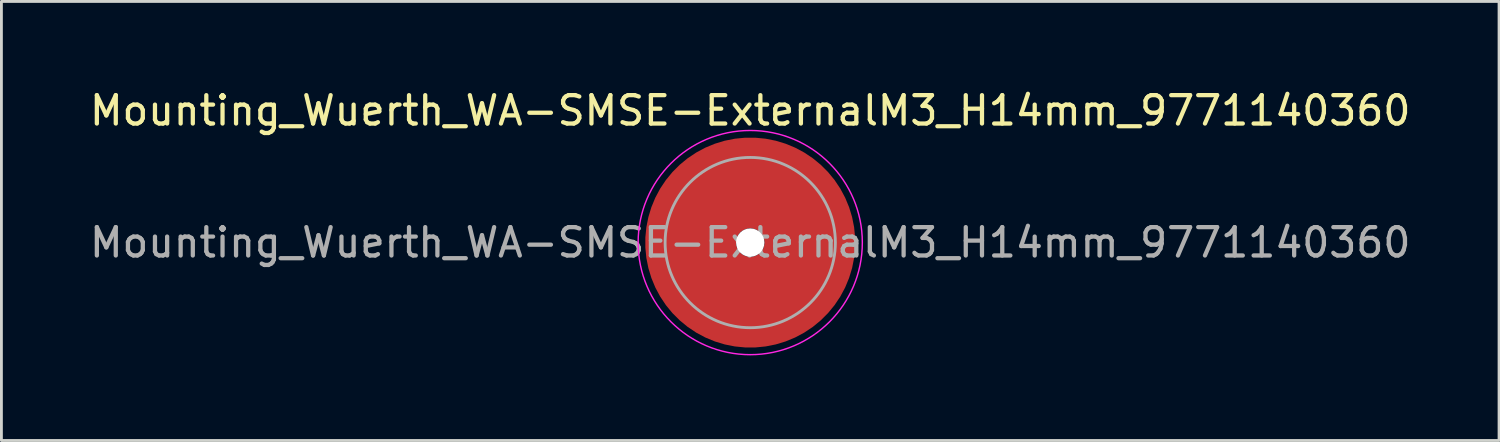
<source format=kicad_pcb>
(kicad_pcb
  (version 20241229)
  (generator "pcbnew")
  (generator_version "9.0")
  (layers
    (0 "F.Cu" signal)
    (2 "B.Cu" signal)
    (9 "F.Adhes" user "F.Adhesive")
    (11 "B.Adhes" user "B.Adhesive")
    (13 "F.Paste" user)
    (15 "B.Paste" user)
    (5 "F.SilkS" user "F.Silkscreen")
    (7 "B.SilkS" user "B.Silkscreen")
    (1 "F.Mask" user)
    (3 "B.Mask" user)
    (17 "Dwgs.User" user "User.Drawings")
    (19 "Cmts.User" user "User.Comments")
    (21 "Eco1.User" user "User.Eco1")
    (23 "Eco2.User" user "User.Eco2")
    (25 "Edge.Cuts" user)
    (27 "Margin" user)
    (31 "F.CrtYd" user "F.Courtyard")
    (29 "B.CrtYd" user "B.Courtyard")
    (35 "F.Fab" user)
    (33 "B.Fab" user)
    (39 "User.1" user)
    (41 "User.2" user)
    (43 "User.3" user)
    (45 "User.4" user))
  (footprint "Mounting_Wuerth_WA-SMSE-ExternalM3_H14mm_9771140360"
    (layer "F.Cu")
    (at 23.387 5.498)
    (property "Reference" "Mounting_Wuerth_WA-SMSE-ExternalM3_H14mm_9771140360" (at 0 -4.65 0) (layer "F.SilkS") (effects (font (size 1 1) (thickness 0.15))))
    (property "Mouser Part no." "" (at 0 0 0) (layer "F.Fab") (effects (font (size 1.27 1.27) (thickness 0.15))))
    (property "Mouser link" "" (at 0 0 0) (layer "F.Fab") (effects (font (size 1.27 1.27) (thickness 0.15))))
    (attr smd)
    (fp_circle (center 0 0) (end 3.95 0) (stroke (width 0.05) (type solid)) (fill no) (layer "F.CrtYd"))
    (fp_circle (center 0 0) (end 3 0) (stroke (width 0.1) (type solid)) (fill no) (layer "F.Fab"))
    (fp_text user "${REFERENCE}" (at 0 0 0) (layer "F.Fab") (effects (font (size 1 1) (thickness 0.15))))
    (pad "" smd custom (at 0 -2.1) (size 2.6 2.6) (layers "F.Paste") (options (anchor circle)) (primitives (gr_arc (start -0.305123 1.47) (mid -0.000513 1.4) (end 0.3042 1.469554) (width 0.2)) (gr_arc (start -0.493052 1.47) (mid -0.000664 1.3) (end 0.492006 1.469183) (width 0.2)) (gr_arc (start -0.642729 1.47) (mid -0.000361 1.2) (end 0.642223 1.469484) (width 0.2)) (gr_arc (start -0.776595 1.47) (mid -0.00087 1.1) (end 0.775497 1.468649) (width 0.2)) (gr_arc (start -0.901721 1.47) (mid -0.00018 1) (end 0.901515 1.469705) (width 0.2)) (gr_arc (start -1.021323 1.47) (mid -0.000665 0.9) (end 1.020624 1.468868) (width 0.2)) (gr_arc (start -1.137146 1.47) (mid -0.000289 0.8) (end 1.136866 1.469495) (width 0.2)) (gr_arc (start -1.25024 1.47) (mid -0.000155 0.7) (end 1.250101 1.469724) (width 0.2)) (gr_arc (start -1.361286 1.47) (mid -0.000403 0.6) (end 1.360947 1.469268) (width 0.2)) (gr_arc (start -1.470748 1.47) (mid -0.000334 0.5) (end 1.470485 1.469386) (width 0.2)) (gr_arc (start -1.578955 1.47) (mid -0.001427 0.400001) (end 1.577895 1.46735) (width 0.2)) (gr_arc (start -1.686149 1.47) (mid -0.000398 0.3) (end 1.68587 1.469254) (width 0.2)) (gr_arc (start -1.792512 1.47) (mid -0.001173 0.200001) (end 1.791733 1.467788) (width 0.2)) (gr_arc (start -1.898183 1.47) (mid -0.001368 0.100001) (end 1.89732 1.467404) (width 0.2)) (gr_arc (start -2.003272 1.47) (mid -0.001554 0.000001) (end 2.002338 1.467036) (width 0.2)) (gr_arc (start -2.107866 1.47) (mid -0.00037 -0.1) (end 2.107654 1.469292) (width 0.2)) (gr_arc (start -2.212035 1.47) (mid -0.00011 -0.2) (end 2.211975 1.469788) (width 0.2)) (gr_arc (start -2.315837 1.47) (mid -0.001322 -0.3) (end 2.315142 1.46745) (width 0.2)) (gr_arc (start -2.419318 1.47) (mid -0.000179 -0.4) (end 2.419228 1.469653) (width 0.2)) (gr_arc (start -2.522519 1.47) (mid -0.001235 -0.5) (end 2.521919 1.467604) (width 0.2)) (gr_arc (start -2.625471 1.47) (mid -0.000311 -0.6) (end 2.625326 1.469395) (width 0.2)) (gr_arc (start -2.728205 1.47) (mid -0.002303 -0.7) (end 2.727165 1.465513) (width 0.2)) (gr_arc (start -2.830742 1.47) (mid -0.000149 -0.8) (end 2.830677 1.469709) (width 0.2)) (gr_arc (start -2.933104 1.47) (mid -0.001447 -0.899999) (end 2.932495 1.46717) (width 0.2)) (gr_arc (start -3.035309 1.47) (mid -0.001317 -1) (end 3.034773 1.467421) (width 0.2)) (gr_arc (start -3.137372 1.47) (mid -0.002554 -1.099999) (end 3.136362 1.464993) (width 0.2)) (gr_arc (start -3.239305 1.47) (mid -0.002543 -1.199999) (end 3.23833 1.465008) (width 0.2)) (gr_arc (start -3.341123 1.47) (mid -0.001289 -1.3) (end 3.340644 1.467467) (width 0.2)) (gr_arc (start -3.442833 1.47) (mid -0.001847 -1.399999) (end 3.442166 1.466366) (width 0.2)) (gr_line (start 0.305 1.47) (end 3.443 1.47) (width 0.2)) (gr_line (start -0.305 1.47) (end -3.443 1.47) (width 0.2))))
    (pad "" np_thru_hole circle (at 0 0) (size 1 1) (drill 1) (layers "*.Cu" "*.Mask"))
    (pad "" smd custom (at 0 2.1) (size 2.6 2.6) (layers "F.Paste") (options (anchor circle)) (primitives (gr_arc (start 0.305123 -1.47) (mid 0.000513 -1.4) (end -0.3042 -1.469554) (width 0.2)) (gr_arc (start 0.493052 -1.47) (mid 0.000664 -1.3) (end -0.492006 -1.469183) (width 0.2)) (gr_arc (start 0.642729 -1.47) (mid 0.000361 -1.2) (end -0.642223 -1.469484) (width 0.2)) (gr_arc (start 0.776595 -1.47) (mid 0.00087 -1.1) (end -0.775497 -1.468649) (width 0.2)) (gr_arc (start 0.901721 -1.47) (mid 0.00018 -1) (end -0.901515 -1.469705) (width 0.2)) (gr_arc (start 1.021323 -1.47) (mid 0.000665 -0.9) (end -1.020624 -1.468868) (width 0.2)) (gr_arc (start 1.137146 -1.47) (mid 0.000289 -0.8) (end -1.136866 -1.469495) (width 0.2)) (gr_arc (start 1.25024 -1.47) (mid 0.000155 -0.7) (end -1.250101 -1.469724) (width 0.2)) (gr_arc (start 1.361286 -1.47) (mid 0.000403 -0.6) (end -1.360947 -1.469268) (width 0.2)) (gr_arc (start 1.470748 -1.47) (mid 0.000334 -0.5) (end -1.470485 -1.469386) (width 0.2)) (gr_arc (start 1.578955 -1.47) (mid 0.001427 -0.400001) (end -1.577895 -1.46735) (width 0.2)) (gr_arc (start 1.686149 -1.47) (mid 0.000398 -0.3) (end -1.68587 -1.469254) (width 0.2)) (gr_arc (start 1.792512 -1.47) (mid 0.001173 -0.200001) (end -1.791733 -1.467788) (width 0.2)) (gr_arc (start 1.898183 -1.47) (mid 0.001368 -0.100001) (end -1.89732 -1.467404) (width 0.2)) (gr_arc (start 2.003272 -1.47) (mid 0.001554 -0.000001) (end -2.002338 -1.467036) (width 0.2)) (gr_arc (start 2.107866 -1.47) (mid 0.00037 0.1) (end -2.107654 -1.469292) (width 0.2)) (gr_arc (start 2.212035 -1.47) (mid 0.00011 0.2) (end -2.211975 -1.469788) (width 0.2)) (gr_arc (start 2.315837 -1.47) (mid 0.001322 0.3) (end -2.315142 -1.46745) (width 0.2)) (gr_arc (start 2.419318 -1.47) (mid 0.000179 0.4) (end -2.419228 -1.469653) (width 0.2)) (gr_arc (start 2.522519 -1.47) (mid 0.001235 0.5) (end -2.521919 -1.467604) (width 0.2)) (gr_arc (start 2.625471 -1.47) (mid 0.000311 0.6) (end -2.625326 -1.469395) (width 0.2)) (gr_arc (start 2.728205 -1.47) (mid 0.002303 0.7) (end -2.727165 -1.465513) (width 0.2)) (gr_arc (start 2.830742 -1.47) (mid 0.000149 0.8) (end -2.830677 -1.469709) (width 0.2)) (gr_arc (start 2.933104 -1.47) (mid 0.001447 0.899999) (end -2.932495 -1.46717) (width 0.2)) (gr_arc (start 3.035309 -1.47) (mid 0.001317 1) (end -3.034773 -1.467421) (width 0.2)) (gr_arc (start 3.137372 -1.47) (mid 0.002554 1.099999) (end -3.136362 -1.464993) (width 0.2)) (gr_arc (start 3.239305 -1.47) (mid 0.002543 1.199999) (end -3.23833 -1.465008) (width 0.2)) (gr_arc (start 3.341123 -1.47) (mid 0.001289 1.3) (end -3.340644 -1.467467) (width 0.2)) (gr_arc (start 3.442833 -1.47) (mid 0.001847 1.399999) (end -3.442166 -1.466366) (width 0.2)) (gr_line (start -0.305 -1.47) (end -3.443 -1.47) (width 0.2)) (gr_line (start 0.305 -1.47) (end 3.443 -1.47) (width 0.2))))
    (pad "1" smd circle (at -2.1 0) (size 2.8 2.8) (layers "F.Cu"))
    (pad "1" smd circle (at 0 -2.1) (size 2.8 2.8) (layers "F.Cu"))
    (pad "1" smd circle (at 0 2.1) (size 2.8 2.8) (layers "F.Cu"))
    (pad "1" smd custom (at 2.1 0) (size 2.8 2.8) (layers "F.Cu" "F.Mask") (options (anchor circle)) (primitives (gr_circle (center -2.1 0) (end 0 0) (width 3.2) (fill no)))))
  (gr_rect
    (start -3 -3)
    (end 49.774 12.473)
    (stroke (width 0.1) (type default))
    (fill no)
    (layer "Edge.Cuts")))
</source>
